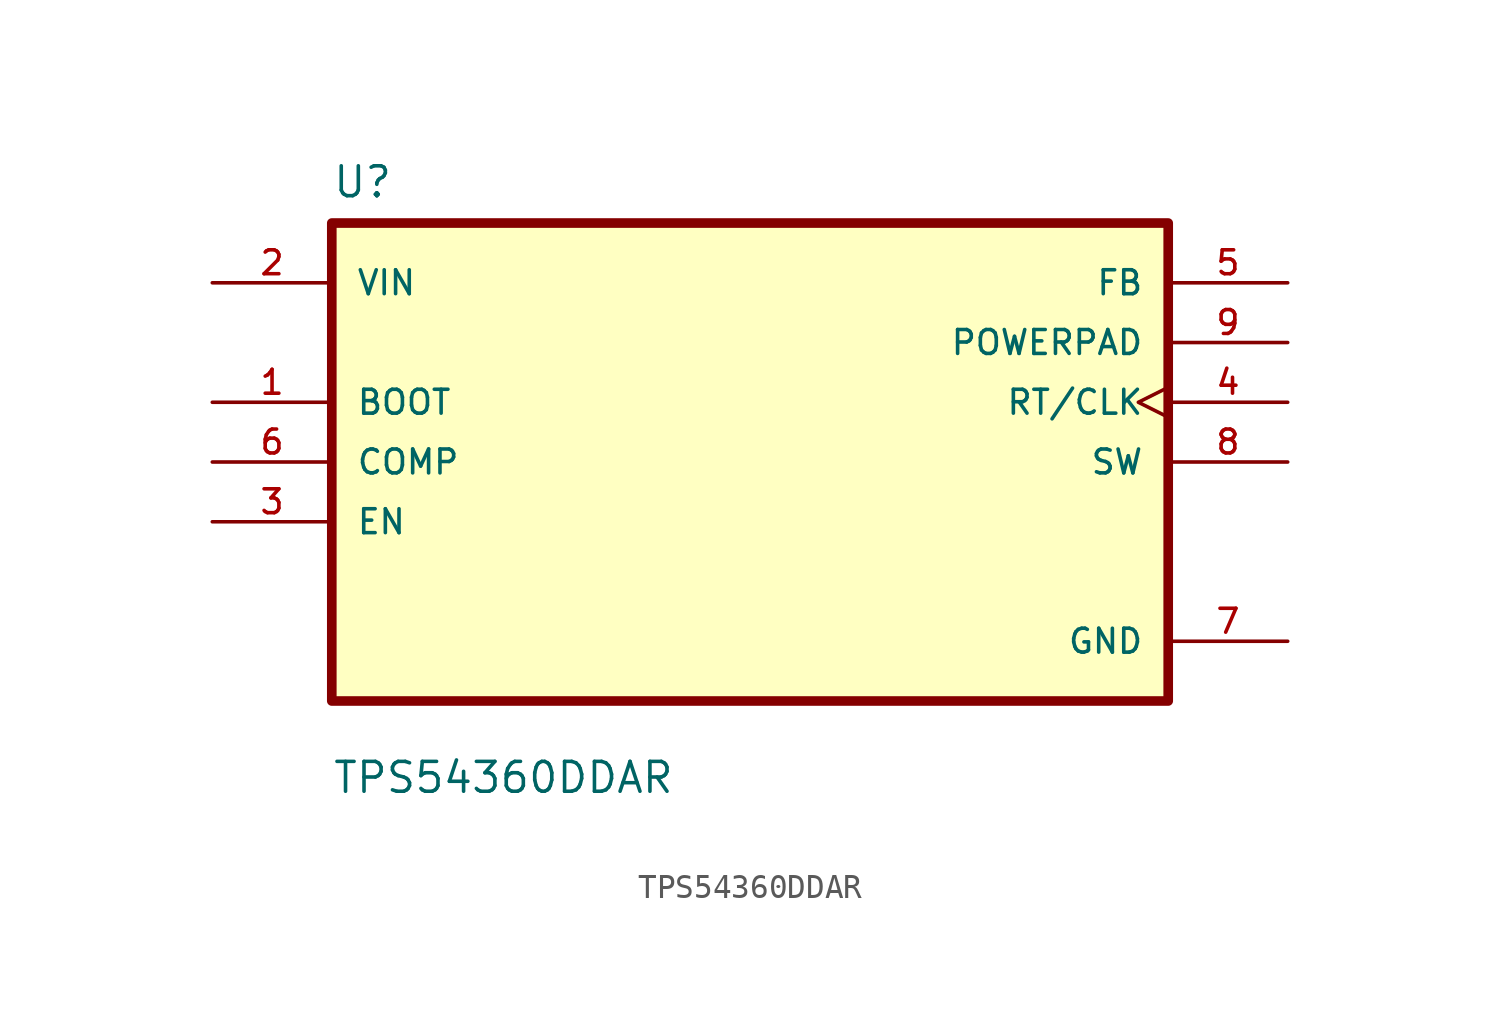
<source format=kicad_sym>
(kicad_symbol_lib
  (version 20211014)
  (generator kicad_symbol_editor)
  (symbol "TPS54360DDAR"
    (pin_names
      (offset 1.016))
    (property "Reference" "U"
      (at -17.78 11.16 0.0)
      (effects (font (size 1.27 1.27)) (justify bottom left)))
    (property "Value" "TPS54360DDAR"
      (at -17.78 -14.16 0.0)
      (effects (font (size 1.27 1.27)) (justify bottom left)))
    (symbol "TPS54360DDAR_0_0"
      (rectangle (start -17.78 -10.16) (end 17.78 10.16) (stroke (width 0.41)) (fill (type background)))
      (pin input line (at -22.86 7.62 0) (length 5.08) (name "VIN" (effects (font (size 1.016 1.016)))) (number "2" (effects (font (size 1.016 1.016)))))
      (pin bidirectional line (at -22.86 2.54 0) (length 5.08) (name "BOOT" (effects (font (size 1.016 1.016)))) (number "1" (effects (font (size 1.016 1.016)))))
      (pin bidirectional line (at -22.86 0.0 0) (length 5.08) (name "COMP" (effects (font (size 1.016 1.016)))) (number "6" (effects (font (size 1.016 1.016)))))
      (pin bidirectional line (at -22.86 -2.54 0) (length 5.08) (name "EN" (effects (font (size 1.016 1.016)))) (number "3" (effects (font (size 1.016 1.016)))))
      (pin bidirectional line (at 22.86 7.62 180.0) (length 5.08) (name "FB" (effects (font (size 1.016 1.016)))) (number "5" (effects (font (size 1.016 1.016)))))
      (pin bidirectional line (at 22.86 5.08 180.0) (length 5.08) (name "POWERPAD" (effects (font (size 1.016 1.016)))) (number "9" (effects (font (size 1.016 1.016)))))
      (pin bidirectional clock (at 22.86 2.54 180.0) (length 5.08) (name "RT/CLK" (effects (font (size 1.016 1.016)))) (number "4" (effects (font (size 1.016 1.016)))))
      (pin bidirectional line (at 22.86 0.0 180.0) (length 5.08) (name "SW" (effects (font (size 1.016 1.016)))) (number "8" (effects (font (size 1.016 1.016)))))
      (pin power_in line (at 22.86 -7.62 180.0) (length 5.08) (name "GND" (effects (font (size 1.016 1.016)))) (number "7" (effects (font (size 1.016 1.016))))))))
</source>
